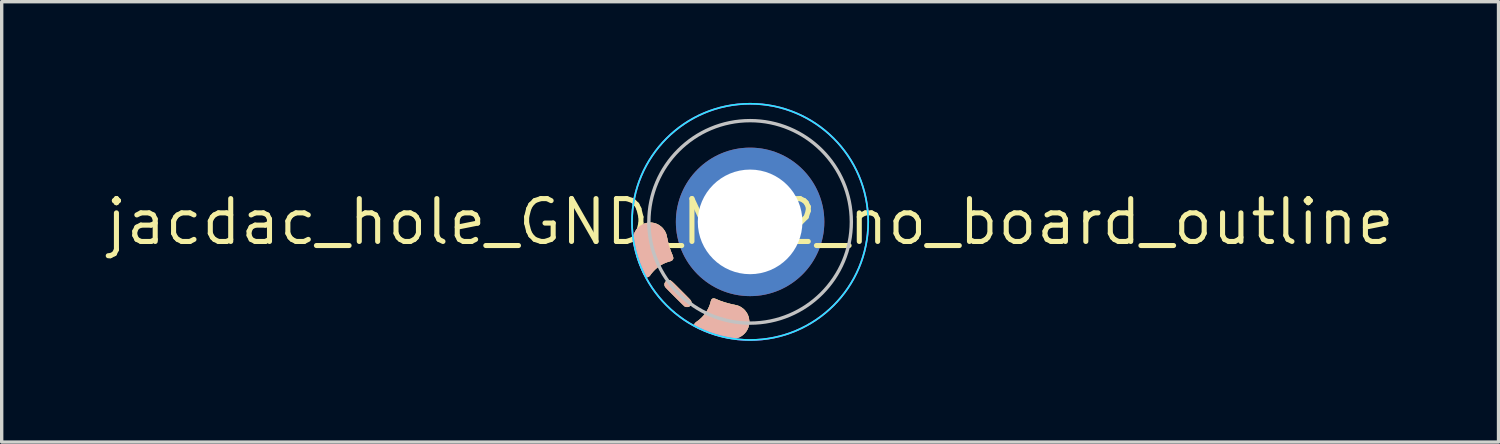
<source format=kicad_pcb>
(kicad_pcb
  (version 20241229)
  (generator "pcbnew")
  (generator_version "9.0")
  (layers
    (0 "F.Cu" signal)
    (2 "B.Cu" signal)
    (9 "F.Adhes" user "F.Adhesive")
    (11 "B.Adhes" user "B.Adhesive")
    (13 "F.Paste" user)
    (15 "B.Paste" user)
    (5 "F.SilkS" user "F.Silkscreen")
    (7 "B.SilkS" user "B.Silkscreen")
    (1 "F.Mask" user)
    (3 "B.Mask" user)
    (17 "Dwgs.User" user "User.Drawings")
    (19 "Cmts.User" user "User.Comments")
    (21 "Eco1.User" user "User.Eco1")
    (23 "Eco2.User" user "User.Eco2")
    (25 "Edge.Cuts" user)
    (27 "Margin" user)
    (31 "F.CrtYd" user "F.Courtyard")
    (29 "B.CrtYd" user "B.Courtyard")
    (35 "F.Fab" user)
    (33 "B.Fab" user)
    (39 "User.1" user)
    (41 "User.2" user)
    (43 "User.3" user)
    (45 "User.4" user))
  (footprint "jacdac_hole_GND_MH2_no_board_outline"
    (layer "F.Cu")
    (at 19.178 3.525)
    (property "Reference" "jacdac_hole_GND_MH2_no_board_outline" (at 0 0 0) (layer "F.SilkS") (effects (font (size 1.27 1.27) (thickness 0.15))))
    (attr through_hole)
    (fp_circle (center 0 0) (end -2.5 0) (stroke (width 0) (type solid)) (fill yes) (layer "F.Mask"))
    (fp_circle (center 0 0) (end -2.5 0) (stroke (width 0) (type solid)) (fill yes) (layer "B.Mask"))
    (fp_poly (pts (xy -2.284 1.095) (xy -2.292 1.111) (xy -2.302 1.124) (xy -2.311 1.133) (xy -2.32 1.141) (xy -2.332 1.148) (xy -2.347 1.154) (xy -2.368 1.161) (xy -2.394 1.169) (xy -2.395 1.169) (xy -2.452 1.187) (xy -2.504 1.206) (xy -2.553 1.227) (xy -2.586 1.244) (xy -2.662 1.286) (xy -2.733 1.336) (xy -2.8 1.392) (xy -2.863 1.453) (xy -2.919 1.519) (xy -2.947 1.556) (xy -2.969 1.585) (xy -2.989 1.607) (xy -3.009 1.622) (xy -3.028 1.631) (xy -3.048 1.635) (xy -3.053 1.635) (xy -3.072 1.633) (xy -3.088 1.627) (xy -3.104 1.616) (xy -3.119 1.598) (xy -3.135 1.575) (xy -3.151 1.544) (xy -3.152 1.544) (xy -3.209 1.422) (xy -3.262 1.295) (xy -3.311 1.162) (xy -3.356 1.025) (xy -3.395 0.885) (xy -3.43 0.743) (xy -3.442 0.685) (xy -3.453 0.625) (xy -3.46 0.572) (xy -3.463 0.525) (xy -3.462 0.483) (xy -3.458 0.449) (xy -3.444 0.386) (xy -3.422 0.326) (xy -3.394 0.27) (xy -3.36 0.219) (xy -3.319 0.172) (xy -3.273 0.13) (xy -3.221 0.094) (xy -3.212 0.089) (xy -3.159 0.063) (xy -3.103 0.043) (xy -3.045 0.03) (xy -2.985 0.024) (xy -2.924 0.024) (xy -2.865 0.032) (xy -2.807 0.047) (xy -2.803 0.048) (xy -2.747 0.071) (xy -2.694 0.101) (xy -2.645 0.137) (xy -2.6 0.178) (xy -2.561 0.225) (xy -2.527 0.276) (xy -2.5 0.33) (xy -2.491 0.352) (xy -2.487 0.366) (xy -2.481 0.386) (xy -2.475 0.411) (xy -2.469 0.437) (xy -2.463 0.464) (xy -2.463 0.464) (xy -2.442 0.564) (xy -2.418 0.658) (xy -2.392 0.747) (xy -2.363 0.835) (xy -2.33 0.922) (xy -2.31 0.969) (xy -2.297 1.004) (xy -2.287 1.033) (xy -2.282 1.057) (xy -2.281 1.077) (xy -2.284 1.095)) (stroke (width 0.01) (type solid)) (fill yes) (layer "F.SilkS"))
    (fp_poly (pts (xy -1.745 2.41) (xy -1.752 2.44) (xy -1.766 2.466) (xy -1.786 2.489) (xy -1.809 2.505) (xy -1.82 2.511) (xy -1.83 2.514) (xy -1.841 2.516) (xy -1.855 2.517) (xy -1.868 2.517) (xy -1.888 2.516) (xy -1.902 2.515) (xy -1.913 2.512) (xy -1.925 2.508) (xy -1.926 2.507) (xy -1.93 2.505) (xy -1.937 2.5) (xy -1.945 2.493) (xy -1.956 2.483) (xy -1.97 2.47) (xy -1.987 2.454) (xy -2.007 2.434) (xy -2.031 2.411) (xy -2.059 2.383) (xy -2.092 2.351) (xy -2.129 2.315) (xy -2.171 2.273) (xy -2.218 2.226) (xy -2.228 2.216) (xy -2.275 2.169) (xy -2.317 2.127) (xy -2.353 2.091) (xy -2.385 2.059) (xy -2.412 2.031) (xy -2.436 2.007) (xy -2.456 1.986) (xy -2.472 1.969) (xy -2.486 1.955) (xy -2.497 1.943) (xy -2.505 1.934) (xy -2.511 1.926) (xy -2.516 1.92) (xy -2.519 1.915) (xy -2.521 1.911) (xy -2.529 1.886) (xy -2.533 1.858) (xy -2.532 1.833) (xy -2.53 1.824) (xy -2.518 1.794) (xy -2.5 1.769) (xy -2.477 1.75) (xy -2.45 1.736) (xy -2.42 1.73) (xy -2.398 1.73) (xy -2.391 1.73) (xy -2.384 1.731) (xy -2.377 1.732) (xy -2.371 1.734) (xy -2.364 1.736) (xy -2.356 1.741) (xy -2.347 1.747) (xy -2.336 1.755) (xy -2.324 1.765) (xy -2.309 1.778) (xy -2.292 1.794) (xy -2.272 1.813) (xy -2.249 1.835) (xy -2.222 1.862) (xy -2.191 1.893) (xy -2.156 1.928) (xy -2.116 1.968) (xy -2.071 2.013) (xy -2.044 2.039) (xy -1.998 2.086) (xy -1.957 2.127) (xy -1.921 2.164) (xy -1.889 2.195) (xy -1.862 2.223) (xy -1.838 2.247) (xy -1.819 2.267) (xy -1.802 2.284) (xy -1.789 2.298) (xy -1.778 2.309) (xy -1.77 2.319) (xy -1.764 2.327) (xy -1.759 2.333) (xy -1.756 2.338) (xy -1.753 2.342) (xy -1.752 2.346) (xy -1.751 2.348) (xy -1.744 2.38) (xy -1.745 2.41)) (stroke (width 0.01) (type solid)) (fill yes) (layer "F.SilkS"))
    (fp_poly (pts (xy -0.035 3.045) (xy -0.048 3.103) (xy -0.069 3.158) (xy -0.095 3.211) (xy -0.128 3.259) (xy -0.166 3.304) (xy -0.209 3.344) (xy -0.258 3.379) (xy -0.311 3.409) (xy -0.368 3.433) (xy -0.43 3.45) (xy -0.432 3.45) (xy -0.449 3.453) (xy -0.469 3.455) (xy -0.491 3.457) (xy -0.519 3.457) (xy -0.531 3.457) (xy -0.552 3.457) (xy -0.573 3.456) (xy -0.595 3.454) (xy -0.617 3.451) (xy -0.642 3.447) (xy -0.67 3.442) (xy -0.703 3.435) (xy -0.74 3.427) (xy -0.784 3.417) (xy -0.803 3.413) (xy -0.916 3.385) (xy -1.032 3.351) (xy -1.149 3.312) (xy -1.265 3.27) (xy -1.379 3.224) (xy -1.488 3.176) (xy -1.559 3.142) (xy -1.586 3.127) (xy -1.607 3.115) (xy -1.623 3.103) (xy -1.634 3.091) (xy -1.642 3.078) (xy -1.643 3.076) (xy -1.649 3.058) (xy -1.649 3.041) (xy -1.645 3.027) (xy -1.634 3.008) (xy -1.615 2.987) (xy -1.59 2.967) (xy -1.585 2.964) (xy -1.512 2.91) (xy -1.445 2.85) (xy -1.383 2.786) (xy -1.328 2.718) (xy -1.279 2.645) (xy -1.237 2.568) (xy -1.212 2.512) (xy -1.199 2.48) (xy -1.188 2.449) (xy -1.177 2.415) (xy -1.166 2.377) (xy -1.158 2.345) (xy -1.152 2.326) (xy -1.147 2.313) (xy -1.14 2.303) (xy -1.132 2.294) (xy -1.117 2.281) (xy -1.101 2.273) (xy -1.082 2.27) (xy -1.061 2.273) (xy -1.035 2.28) (xy -1.013 2.289) (xy -0.892 2.339) (xy -0.768 2.382) (xy -0.64 2.419) (xy -0.506 2.451) (xy -0.475 2.457) (xy -0.441 2.464) (xy -0.412 2.471) (xy -0.389 2.477) (xy -0.368 2.483) (xy -0.35 2.489) (xy -0.331 2.497) (xy -0.317 2.503) (xy -0.264 2.532) (xy -0.215 2.567) (xy -0.17 2.608) (xy -0.131 2.654) (xy -0.097 2.704) (xy -0.069 2.757) (xy -0.048 2.813) (xy -0.037 2.861) (xy -0.029 2.923) (xy -0.028 2.985) (xy -0.035 3.045)) (stroke (width 0.01) (type solid)) (fill yes) (layer "F.SilkS"))
    (fp_poly (pts (xy -2.285 1.098) (xy -2.292 1.113) (xy -2.302 1.127) (xy -2.311 1.136) (xy -2.321 1.144) (xy -2.332 1.15) (xy -2.348 1.157) (xy -2.368 1.164) (xy -2.395 1.172) (xy -2.396 1.172) (xy -2.452 1.19) (xy -2.504 1.209) (xy -2.554 1.23) (xy -2.587 1.246) (xy -2.662 1.289) (xy -2.733 1.339) (xy -2.801 1.394) (xy -2.863 1.455) (xy -2.92 1.522) (xy -2.947 1.559) (xy -2.969 1.588) (xy -2.99 1.609) (xy -3.009 1.625) (xy -3.028 1.634) (xy -3.048 1.638) (xy -3.053 1.638) (xy -3.072 1.636) (xy -3.089 1.63) (xy -3.104 1.618) (xy -3.12 1.601) (xy -3.135 1.577) (xy -3.152 1.547) (xy -3.152 1.546) (xy -3.209 1.425) (xy -3.263 1.297) (xy -3.312 1.165) (xy -3.356 1.028) (xy -3.396 0.888) (xy -3.43 0.746) (xy -3.442 0.687) (xy -3.453 0.628) (xy -3.46 0.575) (xy -3.463 0.527) (xy -3.462 0.485) (xy -3.458 0.452) (xy -3.444 0.388) (xy -3.423 0.328) (xy -3.395 0.273) (xy -3.36 0.221) (xy -3.32 0.175) (xy -3.273 0.133) (xy -3.221 0.097) (xy -3.212 0.092) (xy -3.16 0.065) (xy -3.104 0.046) (xy -3.045 0.033) (xy -2.985 0.026) (xy -2.924 0.027) (xy -2.865 0.035) (xy -2.807 0.05) (xy -2.803 0.051) (xy -2.747 0.074) (xy -2.694 0.104) (xy -2.645 0.14) (xy -2.6 0.181) (xy -2.561 0.228) (xy -2.527 0.278) (xy -2.5 0.332) (xy -2.491 0.354) (xy -2.487 0.369) (xy -2.481 0.389) (xy -2.475 0.413) (xy -2.469 0.44) (xy -2.464 0.467) (xy -2.463 0.467) (xy -2.442 0.567) (xy -2.418 0.66) (xy -2.392 0.75) (xy -2.363 0.838) (xy -2.33 0.925) (xy -2.31 0.972) (xy -2.297 1.007) (xy -2.287 1.036) (xy -2.282 1.06) (xy -2.281 1.08) (xy -2.285 1.098)) (stroke (width 0.01) (type solid)) (fill yes) (layer "B.SilkS"))
    (fp_poly (pts (xy -1.745 2.413) (xy -1.752 2.442) (xy -1.767 2.469) (xy -1.787 2.492) (xy -1.81 2.508) (xy -1.821 2.513) (xy -1.83 2.517) (xy -1.841 2.519) (xy -1.855 2.519) (xy -1.869 2.519) (xy -1.888 2.519) (xy -1.902 2.518) (xy -1.914 2.515) (xy -1.925 2.511) (xy -1.926 2.51) (xy -1.931 2.507) (xy -1.937 2.502) (xy -1.945 2.495) (xy -1.956 2.486) (xy -1.97 2.473) (xy -1.987 2.457) (xy -2.008 2.437) (xy -2.032 2.414) (xy -2.06 2.386) (xy -2.092 2.354) (xy -2.129 2.317) (xy -2.171 2.276) (xy -2.218 2.229) (xy -2.229 2.218) (xy -2.275 2.171) (xy -2.317 2.13) (xy -2.353 2.093) (xy -2.385 2.061) (xy -2.413 2.033) (xy -2.436 2.01) (xy -2.456 1.989) (xy -2.473 1.972) (xy -2.486 1.958) (xy -2.497 1.946) (xy -2.505 1.936) (xy -2.512 1.929) (xy -2.516 1.923) (xy -2.519 1.918) (xy -2.521 1.914) (xy -2.53 1.888) (xy -2.533 1.861) (xy -2.532 1.836) (xy -2.53 1.827) (xy -2.518 1.797) (xy -2.5 1.772) (xy -2.477 1.752) (xy -2.45 1.739) (xy -2.42 1.733) (xy -2.399 1.732) (xy -2.391 1.733) (xy -2.384 1.733) (xy -2.378 1.734) (xy -2.371 1.736) (xy -2.364 1.739) (xy -2.356 1.743) (xy -2.347 1.749) (xy -2.337 1.757) (xy -2.324 1.767) (xy -2.31 1.78) (xy -2.293 1.796) (xy -2.273 1.815) (xy -2.249 1.838) (xy -2.222 1.865) (xy -2.191 1.895) (xy -2.156 1.93) (xy -2.116 1.971) (xy -2.071 2.016) (xy -2.045 2.042) (xy -1.998 2.089) (xy -1.957 2.13) (xy -1.921 2.166) (xy -1.889 2.198) (xy -1.862 2.226) (xy -1.839 2.249) (xy -1.819 2.269) (xy -1.803 2.286) (xy -1.789 2.301) (xy -1.779 2.312) (xy -1.77 2.322) (xy -1.764 2.329) (xy -1.759 2.335) (xy -1.756 2.34) (xy -1.753 2.345) (xy -1.752 2.349) (xy -1.751 2.351) (xy -1.744 2.382) (xy -1.745 2.413)) (stroke (width 0.01) (type solid)) (fill yes) (layer "B.SilkS"))
    (fp_poly (pts (xy -0.035 3.048) (xy -0.049 3.106) (xy -0.069 3.161) (xy -0.096 3.213) (xy -0.128 3.262) (xy -0.166 3.307) (xy -0.21 3.347) (xy -0.258 3.382) (xy -0.311 3.412) (xy -0.369 3.435) (xy -0.43 3.452) (xy -0.432 3.453) (xy -0.45 3.456) (xy -0.469 3.458) (xy -0.491 3.459) (xy -0.52 3.46) (xy -0.531 3.46) (xy -0.553 3.459) (xy -0.574 3.458) (xy -0.595 3.456) (xy -0.618 3.454) (xy -0.642 3.45) (xy -0.67 3.445) (xy -0.703 3.438) (xy -0.741 3.43) (xy -0.785 3.42) (xy -0.803 3.416) (xy -0.916 3.387) (xy -1.033 3.354) (xy -1.15 3.315) (xy -1.266 3.273) (xy -1.379 3.227) (xy -1.488 3.179) (xy -1.559 3.145) (xy -1.586 3.13) (xy -1.608 3.117) (xy -1.623 3.105) (xy -1.634 3.093) (xy -1.642 3.081) (xy -1.643 3.079) (xy -1.649 3.061) (xy -1.649 3.044) (xy -1.645 3.03) (xy -1.634 3.01) (xy -1.616 2.99) (xy -1.59 2.97) (xy -1.586 2.966) (xy -1.512 2.912) (xy -1.445 2.853) (xy -1.383 2.789) (xy -1.328 2.72) (xy -1.279 2.648) (xy -1.237 2.571) (xy -1.212 2.514) (xy -1.2 2.483) (xy -1.188 2.452) (xy -1.178 2.418) (xy -1.167 2.38) (xy -1.158 2.347) (xy -1.152 2.329) (xy -1.147 2.316) (xy -1.14 2.305) (xy -1.133 2.297) (xy -1.117 2.284) (xy -1.101 2.276) (xy -1.083 2.273) (xy -1.061 2.275) (xy -1.036 2.283) (xy -1.013 2.292) (xy -0.893 2.342) (xy -0.768 2.385) (xy -0.64 2.422) (xy -0.506 2.454) (xy -0.476 2.46) (xy -0.441 2.467) (xy -0.413 2.473) (xy -0.389 2.479) (xy -0.369 2.485) (xy -0.35 2.492) (xy -0.331 2.5) (xy -0.317 2.506) (xy -0.264 2.535) (xy -0.215 2.57) (xy -0.171 2.611) (xy -0.131 2.656) (xy -0.097 2.706) (xy -0.07 2.76) (xy -0.049 2.816) (xy -0.037 2.863) (xy -0.029 2.926) (xy -0.028 2.988) (xy -0.035 3.048)) (stroke (width 0.01) (type solid)) (fill yes) (layer "B.SilkS"))
    (fp_circle (center 0 0) (end -3 0) (stroke (width 0.1) (type default)) (fill no) (layer "Dwgs.User"))
    (fp_circle (center 0 0) (end -3.5 0) (stroke (width 0.05) (type default)) (fill no) (layer "B.CrtYd"))
    (fp_circle (center 0 0) (end -3.5 0) (stroke (width 0.05) (type default)) (fill no) (layer "F.CrtYd"))
    (pad "MH2" thru_hole circle (at 0 0 180) (size 4.4 4.4) (drill 3.1) (layers "*.Cu"))
    (zone (net_name "") (layers "F.Cu" "B.Cu") (hatch edge 0.508) (connect_pads) (min_thickness 0.254) (filled_areas_thickness no) (keepout (tracks allowed) (vias allowed) (pads allowed) (copperpour not_allowed) (footprints allowed)) (placement (enabled no)) (fill) (polygon (pts (xy 16.173 3.525) (xy 16.193 3.874) (xy 16.254 4.218) (xy 16.354 4.553) (xy 16.493 4.874) (xy 16.668 5.176) (xy 16.876 5.457) (xy 17.116 5.711) (xy 17.384 5.935) (xy 17.676 6.127) (xy 17.988 6.284) (xy 18.316 6.404) (xy 18.656 6.484) (xy 19.004 6.525) (xy 19.353 6.525) (xy 19.7 6.484) (xy 20.04 6.404) (xy 20.368 6.284) (xy 20.681 6.127) (xy 20.973 5.935) (xy 21.24 5.711) (xy 21.48 5.457) (xy 21.689 5.176) (xy 21.864 4.874) (xy 22.002 4.553) (xy 22.102 4.218) (xy 22.163 3.874) (xy 22.183 3.525) (xy 22.163 3.176) (xy 22.102 2.832) (xy 22.002 2.497) (xy 21.864 2.176) (xy 21.689 1.874) (xy 21.48 1.593) (xy 21.24 1.339) (xy 20.973 1.115) (xy 20.681 0.923) (xy 20.368 0.766) (xy 20.04 0.646) (xy 19.7 0.566) (xy 19.353 0.525) (xy 19.004 0.525) (xy 18.656 0.566) (xy 18.316 0.646) (xy 17.988 0.766) (xy 17.676 0.923) (xy 17.384 1.115) (xy 17.116 1.339) (xy 16.876 1.593) (xy 16.668 1.874) (xy 16.493 2.176) (xy 16.354 2.497) (xy 16.254 2.832) (xy 16.193 3.176)))))
  (gr_rect
    (start -3 -3)
    (end 41.356 10.05)
    (stroke (width 0.1) (type default))
    (fill no)
    (layer "Edge.Cuts")))
</source>
